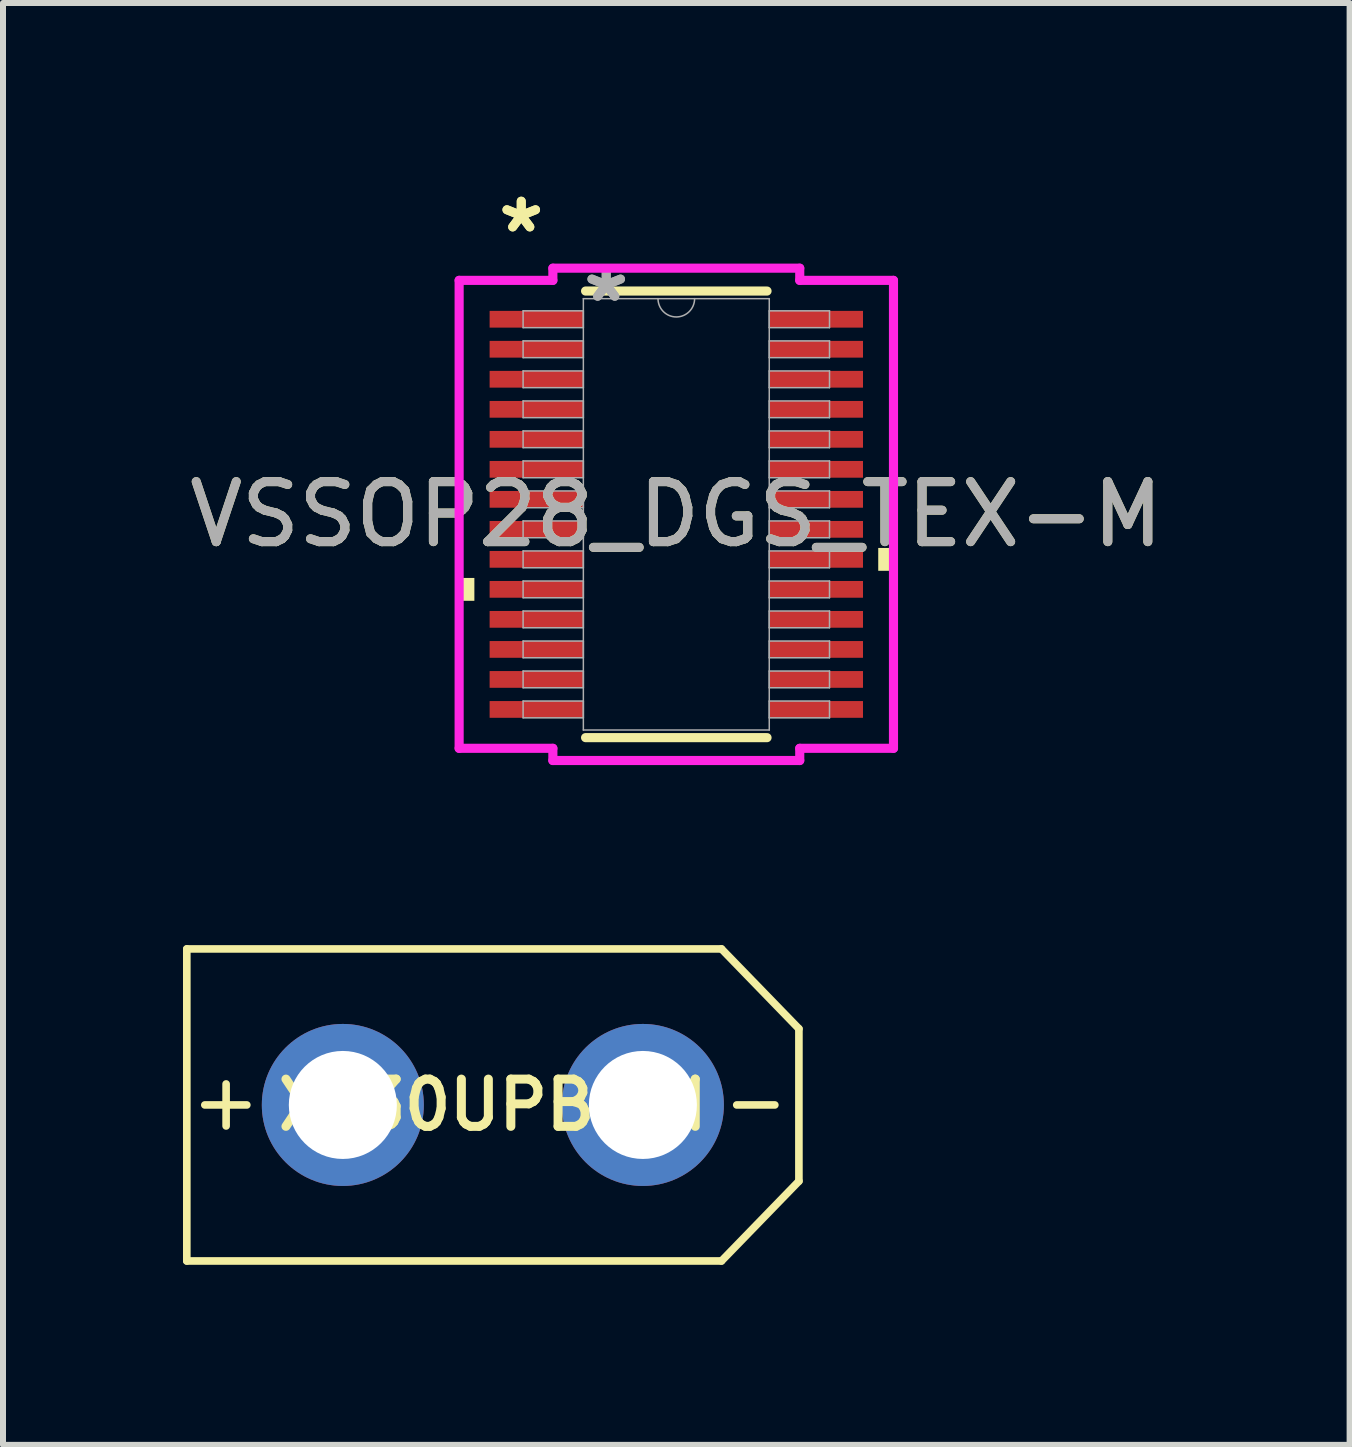
<source format=kicad_pcb>
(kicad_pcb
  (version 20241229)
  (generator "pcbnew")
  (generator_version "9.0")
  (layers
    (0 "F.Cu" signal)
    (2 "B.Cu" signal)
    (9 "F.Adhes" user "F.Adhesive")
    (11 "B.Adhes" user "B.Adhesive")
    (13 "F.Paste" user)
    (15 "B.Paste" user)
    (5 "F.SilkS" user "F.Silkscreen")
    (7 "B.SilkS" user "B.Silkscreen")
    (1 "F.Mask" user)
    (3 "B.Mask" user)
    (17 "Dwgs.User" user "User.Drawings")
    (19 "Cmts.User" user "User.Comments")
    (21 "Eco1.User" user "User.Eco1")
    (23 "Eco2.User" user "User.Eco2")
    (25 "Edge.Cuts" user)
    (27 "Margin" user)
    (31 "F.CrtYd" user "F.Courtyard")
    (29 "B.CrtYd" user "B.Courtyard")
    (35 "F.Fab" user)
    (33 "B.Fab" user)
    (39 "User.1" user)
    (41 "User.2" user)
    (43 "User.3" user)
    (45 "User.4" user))
  (footprint "XT30UPB-M"
    (layer "F.Cu")
    (at 5.163 15.363)
    (property "Reference" "XT30UPB-M" (at 0 0 0) (layer "F.SilkS") (effects (font (size 0.787 0.787) (thickness 0.15))))
    (attr through_hole)
    (fp_line (start -5.1 -2.6) (end -5.1 2.6) (stroke (width 0.127) (type solid)) (layer "F.SilkS"))
    (fp_line (start -5.1 2.6) (end 3.81 2.6) (stroke (width 0.127) (type solid)) (layer "F.SilkS"))
    (fp_line (start -4.8 0) (end -4.1 0) (stroke (width 0.127) (type solid)) (layer "F.SilkS"))
    (fp_line (start -4.445 -0.35) (end -4.445 0.35) (stroke (width 0.127) (type solid)) (layer "F.SilkS"))
    (fp_line (start 3.81 -2.6) (end -5.1 -2.6) (stroke (width 0.127) (type solid)) (layer "F.SilkS"))
    (fp_line (start 3.81 2.6) (end 5.1 1.27) (stroke (width 0.127) (type solid)) (layer "F.SilkS"))
    (fp_line (start 4.064 0) (end 4.699 0) (stroke (width 0.127) (type solid)) (layer "F.SilkS"))
    (fp_line (start 5.1 -1.27) (end 3.81 -2.6) (stroke (width 0.127) (type solid)) (layer "F.SilkS"))
    (fp_line (start 5.1 1.27) (end 5.1 -1.27) (stroke (width 0.127) (type solid)) (layer "F.SilkS"))
    (pad "P$1" thru_hole circle (at -2.5 0) (size 2.7 2.7) (drill 1.8) (layers "*.Cu" "*.Mask"))
    (pad "P$2" thru_hole circle (at 2.5 0) (size 2.7 2.7) (drill 1.8) (layers "*.Cu" "*.Mask")))
  (footprint "VSSOP28_DGS_TEX-M"
    (layer "F.Cu")
    (at 8.22 5.521)
    (property "Reference" "VSSOP28_DGS_TEX-M" (at 0 0 0) (unlocked yes) (layer "F.SilkS") (effects (font (size 1 1) (thickness 0.15))))
    (attr smd)
    (fp_line (start -1.512 3.721) (end 1.512 3.721) (stroke (width 0.152) (type solid)) (layer "F.SilkS"))
    (fp_line (start 1.512 -3.721) (end -1.512 -3.721) (stroke (width 0.152) (type solid)) (layer "F.SilkS"))
    (fp_poly (pts (xy -3.619 1.06) (xy -3.619 1.441) (xy -3.365 1.441) (xy -3.365 1.06)) (stroke (width 0) (type solid)) (fill yes) (layer "F.SilkS"))
    (fp_poly (pts (xy 3.619 0.56) (xy 3.619 0.941) (xy 3.365 0.941) (xy 3.365 0.56)) (stroke (width 0) (type solid)) (fill yes) (layer "F.SilkS"))
    (fp_line (start -3.619 -3.899) (end -2.057 -3.899) (stroke (width 0.152) (type solid)) (layer "F.CrtYd"))
    (fp_line (start -3.619 3.899) (end -3.619 -3.899) (stroke (width 0.152) (type solid)) (layer "F.CrtYd"))
    (fp_line (start -3.619 3.899) (end -2.057 3.899) (stroke (width 0.152) (type solid)) (layer "F.CrtYd"))
    (fp_line (start -2.057 -4.102) (end 2.057 -4.102) (stroke (width 0.152) (type solid)) (layer "F.CrtYd"))
    (fp_line (start -2.057 -3.899) (end -2.057 -4.102) (stroke (width 0.152) (type solid)) (layer "F.CrtYd"))
    (fp_line (start -2.057 4.102) (end -2.057 3.899) (stroke (width 0.152) (type solid)) (layer "F.CrtYd"))
    (fp_line (start 2.057 -4.102) (end 2.057 -3.899) (stroke (width 0.152) (type solid)) (layer "F.CrtYd"))
    (fp_line (start 2.057 3.899) (end 2.057 4.102) (stroke (width 0.152) (type solid)) (layer "F.CrtYd"))
    (fp_line (start 2.057 4.102) (end -2.057 4.102) (stroke (width 0.152) (type solid)) (layer "F.CrtYd"))
    (fp_line (start 3.619 -3.899) (end 2.057 -3.899) (stroke (width 0.152) (type solid)) (layer "F.CrtYd"))
    (fp_line (start 3.619 -3.899) (end 3.619 3.899) (stroke (width 0.152) (type solid)) (layer "F.CrtYd"))
    (fp_line (start 3.619 3.899) (end 2.057 3.899) (stroke (width 0.152) (type solid)) (layer "F.CrtYd"))
    (fp_line (start -2.553 -3.391) (end -2.553 -3.111) (stroke (width 0.025) (type solid)) (layer "F.Fab"))
    (fp_line (start -2.553 -3.111) (end -1.549 -3.111) (stroke (width 0.025) (type solid)) (layer "F.Fab"))
    (fp_line (start -2.553 -2.89) (end -2.553 -2.611) (stroke (width 0.025) (type solid)) (layer "F.Fab"))
    (fp_line (start -2.553 -2.611) (end -1.549 -2.611) (stroke (width 0.025) (type solid)) (layer "F.Fab"))
    (fp_line (start -2.553 -2.39) (end -2.553 -2.111) (stroke (width 0.025) (type solid)) (layer "F.Fab"))
    (fp_line (start -2.553 -2.111) (end -1.549 -2.111) (stroke (width 0.025) (type solid)) (layer "F.Fab"))
    (fp_line (start -2.553 -1.89) (end -2.553 -1.611) (stroke (width 0.025) (type solid)) (layer "F.Fab"))
    (fp_line (start -2.553 -1.611) (end -1.549 -1.611) (stroke (width 0.025) (type solid)) (layer "F.Fab"))
    (fp_line (start -2.553 -1.39) (end -2.553 -1.111) (stroke (width 0.025) (type solid)) (layer "F.Fab"))
    (fp_line (start -2.553 -1.111) (end -1.549 -1.111) (stroke (width 0.025) (type solid)) (layer "F.Fab"))
    (fp_line (start -2.553 -0.89) (end -2.553 -0.61) (stroke (width 0.025) (type solid)) (layer "F.Fab"))
    (fp_line (start -2.553 -0.61) (end -1.549 -0.61) (stroke (width 0.025) (type solid)) (layer "F.Fab"))
    (fp_line (start -2.553 -0.39) (end -2.553 -0.11) (stroke (width 0.025) (type solid)) (layer "F.Fab"))
    (fp_line (start -2.553 -0.11) (end -1.549 -0.11) (stroke (width 0.025) (type solid)) (layer "F.Fab"))
    (fp_line (start -2.553 0.11) (end -2.553 0.39) (stroke (width 0.025) (type solid)) (layer "F.Fab"))
    (fp_line (start -2.553 0.39) (end -1.549 0.39) (stroke (width 0.025) (type solid)) (layer "F.Fab"))
    (fp_line (start -2.553 0.61) (end -2.553 0.89) (stroke (width 0.025) (type solid)) (layer "F.Fab"))
    (fp_line (start -2.553 0.89) (end -1.549 0.89) (stroke (width 0.025) (type solid)) (layer "F.Fab"))
    (fp_line (start -2.553 1.111) (end -2.553 1.39) (stroke (width 0.025) (type solid)) (layer "F.Fab"))
    (fp_line (start -2.553 1.39) (end -1.549 1.39) (stroke (width 0.025) (type solid)) (layer "F.Fab"))
    (fp_line (start -2.553 1.611) (end -2.553 1.89) (stroke (width 0.025) (type solid)) (layer "F.Fab"))
    (fp_line (start -2.553 1.89) (end -1.549 1.89) (stroke (width 0.025) (type solid)) (layer "F.Fab"))
    (fp_line (start -2.553 2.111) (end -2.553 2.39) (stroke (width 0.025) (type solid)) (layer "F.Fab"))
    (fp_line (start -2.553 2.39) (end -1.549 2.39) (stroke (width 0.025) (type solid)) (layer "F.Fab"))
    (fp_line (start -2.553 2.611) (end -2.553 2.89) (stroke (width 0.025) (type solid)) (layer "F.Fab"))
    (fp_line (start -2.553 2.89) (end -1.549 2.89) (stroke (width 0.025) (type solid)) (layer "F.Fab"))
    (fp_line (start -2.553 3.111) (end -2.553 3.391) (stroke (width 0.025) (type solid)) (layer "F.Fab"))
    (fp_line (start -2.553 3.391) (end -1.549 3.391) (stroke (width 0.025) (type solid)) (layer "F.Fab"))
    (fp_line (start -1.549 -3.594) (end -1.549 3.594) (stroke (width 0.025) (type solid)) (layer "F.Fab"))
    (fp_line (start -1.549 -3.391) (end -2.553 -3.391) (stroke (width 0.025) (type solid)) (layer "F.Fab"))
    (fp_line (start -1.549 -3.111) (end -1.549 -3.391) (stroke (width 0.025) (type solid)) (layer "F.Fab"))
    (fp_line (start -1.549 -2.89) (end -2.553 -2.89) (stroke (width 0.025) (type solid)) (layer "F.Fab"))
    (fp_line (start -1.549 -2.611) (end -1.549 -2.89) (stroke (width 0.025) (type solid)) (layer "F.Fab"))
    (fp_line (start -1.549 -2.39) (end -2.553 -2.39) (stroke (width 0.025) (type solid)) (layer "F.Fab"))
    (fp_line (start -1.549 -2.111) (end -1.549 -2.39) (stroke (width 0.025) (type solid)) (layer "F.Fab"))
    (fp_line (start -1.549 -1.89) (end -2.553 -1.89) (stroke (width 0.025) (type solid)) (layer "F.Fab"))
    (fp_line (start -1.549 -1.611) (end -1.549 -1.89) (stroke (width 0.025) (type solid)) (layer "F.Fab"))
    (fp_line (start -1.549 -1.39) (end -2.553 -1.39) (stroke (width 0.025) (type solid)) (layer "F.Fab"))
    (fp_line (start -1.549 -1.111) (end -1.549 -1.39) (stroke (width 0.025) (type solid)) (layer "F.Fab"))
    (fp_line (start -1.549 -0.89) (end -2.553 -0.89) (stroke (width 0.025) (type solid)) (layer "F.Fab"))
    (fp_line (start -1.549 -0.61) (end -1.549 -0.89) (stroke (width 0.025) (type solid)) (layer "F.Fab"))
    (fp_line (start -1.549 -0.39) (end -2.553 -0.39) (stroke (width 0.025) (type solid)) (layer "F.Fab"))
    (fp_line (start -1.549 -0.11) (end -1.549 -0.39) (stroke (width 0.025) (type solid)) (layer "F.Fab"))
    (fp_line (start -1.549 0.11) (end -2.553 0.11) (stroke (width 0.025) (type solid)) (layer "F.Fab"))
    (fp_line (start -1.549 0.39) (end -1.549 0.11) (stroke (width 0.025) (type solid)) (layer "F.Fab"))
    (fp_line (start -1.549 0.61) (end -2.553 0.61) (stroke (width 0.025) (type solid)) (layer "F.Fab"))
    (fp_line (start -1.549 0.89) (end -1.549 0.61) (stroke (width 0.025) (type solid)) (layer "F.Fab"))
    (fp_line (start -1.549 1.111) (end -2.553 1.111) (stroke (width 0.025) (type solid)) (layer "F.Fab"))
    (fp_line (start -1.549 1.39) (end -1.549 1.111) (stroke (width 0.025) (type solid)) (layer "F.Fab"))
    (fp_line (start -1.549 1.611) (end -2.553 1.611) (stroke (width 0.025) (type solid)) (layer "F.Fab"))
    (fp_line (start -1.549 1.89) (end -1.549 1.611) (stroke (width 0.025) (type solid)) (layer "F.Fab"))
    (fp_line (start -1.549 2.111) (end -2.553 2.111) (stroke (width 0.025) (type solid)) (layer "F.Fab"))
    (fp_line (start -1.549 2.39) (end -1.549 2.111) (stroke (width 0.025) (type solid)) (layer "F.Fab"))
    (fp_line (start -1.549 2.611) (end -2.553 2.611) (stroke (width 0.025) (type solid)) (layer "F.Fab"))
    (fp_line (start -1.549 2.89) (end -1.549 2.611) (stroke (width 0.025) (type solid)) (layer "F.Fab"))
    (fp_line (start -1.549 3.111) (end -2.553 3.111) (stroke (width 0.025) (type solid)) (layer "F.Fab"))
    (fp_line (start -1.549 3.391) (end -1.549 3.111) (stroke (width 0.025) (type solid)) (layer "F.Fab"))
    (fp_line (start -1.549 3.594) (end 1.549 3.594) (stroke (width 0.025) (type solid)) (layer "F.Fab"))
    (fp_line (start 1.549 -3.594) (end -1.549 -3.594) (stroke (width 0.025) (type solid)) (layer "F.Fab"))
    (fp_line (start 1.549 -3.391) (end 1.549 -3.111) (stroke (width 0.025) (type solid)) (layer "F.Fab"))
    (fp_line (start 1.549 -3.111) (end 2.553 -3.111) (stroke (width 0.025) (type solid)) (layer "F.Fab"))
    (fp_line (start 1.549 -2.89) (end 1.549 -2.611) (stroke (width 0.025) (type solid)) (layer "F.Fab"))
    (fp_line (start 1.549 -2.611) (end 2.553 -2.611) (stroke (width 0.025) (type solid)) (layer "F.Fab"))
    (fp_line (start 1.549 -2.39) (end 1.549 -2.111) (stroke (width 0.025) (type solid)) (layer "F.Fab"))
    (fp_line (start 1.549 -2.111) (end 2.553 -2.111) (stroke (width 0.025) (type solid)) (layer "F.Fab"))
    (fp_line (start 1.549 -1.89) (end 1.549 -1.611) (stroke (width 0.025) (type solid)) (layer "F.Fab"))
    (fp_line (start 1.549 -1.611) (end 2.553 -1.611) (stroke (width 0.025) (type solid)) (layer "F.Fab"))
    (fp_line (start 1.549 -1.39) (end 1.549 -1.111) (stroke (width 0.025) (type solid)) (layer "F.Fab"))
    (fp_line (start 1.549 -1.111) (end 2.553 -1.111) (stroke (width 0.025) (type solid)) (layer "F.Fab"))
    (fp_line (start 1.549 -0.89) (end 1.549 -0.61) (stroke (width 0.025) (type solid)) (layer "F.Fab"))
    (fp_line (start 1.549 -0.61) (end 2.553 -0.61) (stroke (width 0.025) (type solid)) (layer "F.Fab"))
    (fp_line (start 1.549 -0.39) (end 1.549 -0.11) (stroke (width 0.025) (type solid)) (layer "F.Fab"))
    (fp_line (start 1.549 -0.11) (end 2.553 -0.11) (stroke (width 0.025) (type solid)) (layer "F.Fab"))
    (fp_line (start 1.549 0.11) (end 1.549 0.39) (stroke (width 0.025) (type solid)) (layer "F.Fab"))
    (fp_line (start 1.549 0.39) (end 2.553 0.39) (stroke (width 0.025) (type solid)) (layer "F.Fab"))
    (fp_line (start 1.549 0.61) (end 1.549 0.89) (stroke (width 0.025) (type solid)) (layer "F.Fab"))
    (fp_line (start 1.549 0.89) (end 2.553 0.89) (stroke (width 0.025) (type solid)) (layer "F.Fab"))
    (fp_line (start 1.549 1.111) (end 1.549 1.39) (stroke (width 0.025) (type solid)) (layer "F.Fab"))
    (fp_line (start 1.549 1.39) (end 2.553 1.39) (stroke (width 0.025) (type solid)) (layer "F.Fab"))
    (fp_line (start 1.549 1.611) (end 1.549 1.89) (stroke (width 0.025) (type solid)) (layer "F.Fab"))
    (fp_line (start 1.549 1.89) (end 2.553 1.89) (stroke (width 0.025) (type solid)) (layer "F.Fab"))
    (fp_line (start 1.549 2.111) (end 1.549 2.39) (stroke (width 0.025) (type solid)) (layer "F.Fab"))
    (fp_line (start 1.549 2.39) (end 2.553 2.39) (stroke (width 0.025) (type solid)) (layer "F.Fab"))
    (fp_line (start 1.549 2.611) (end 1.549 2.89) (stroke (width 0.025) (type solid)) (layer "F.Fab"))
    (fp_line (start 1.549 2.89) (end 2.553 2.89) (stroke (width 0.025) (type solid)) (layer "F.Fab"))
    (fp_line (start 1.549 3.111) (end 1.549 3.391) (stroke (width 0.025) (type solid)) (layer "F.Fab"))
    (fp_line (start 1.549 3.391) (end 2.553 3.391) (stroke (width 0.025) (type solid)) (layer "F.Fab"))
    (fp_line (start 1.549 3.594) (end 1.549 -3.594) (stroke (width 0.025) (type solid)) (layer "F.Fab"))
    (fp_line (start 2.553 -3.391) (end 1.549 -3.391) (stroke (width 0.025) (type solid)) (layer "F.Fab"))
    (fp_line (start 2.553 -3.111) (end 2.553 -3.391) (stroke (width 0.025) (type solid)) (layer "F.Fab"))
    (fp_line (start 2.553 -2.89) (end 1.549 -2.89) (stroke (width 0.025) (type solid)) (layer "F.Fab"))
    (fp_line (start 2.553 -2.611) (end 2.553 -2.89) (stroke (width 0.025) (type solid)) (layer "F.Fab"))
    (fp_line (start 2.553 -2.39) (end 1.549 -2.39) (stroke (width 0.025) (type solid)) (layer "F.Fab"))
    (fp_line (start 2.553 -2.111) (end 2.553 -2.39) (stroke (width 0.025) (type solid)) (layer "F.Fab"))
    (fp_line (start 2.553 -1.89) (end 1.549 -1.89) (stroke (width 0.025) (type solid)) (layer "F.Fab"))
    (fp_line (start 2.553 -1.611) (end 2.553 -1.89) (stroke (width 0.025) (type solid)) (layer "F.Fab"))
    (fp_line (start 2.553 -1.39) (end 1.549 -1.39) (stroke (width 0.025) (type solid)) (layer "F.Fab"))
    (fp_line (start 2.553 -1.111) (end 2.553 -1.39) (stroke (width 0.025) (type solid)) (layer "F.Fab"))
    (fp_line (start 2.553 -0.89) (end 1.549 -0.89) (stroke (width 0.025) (type solid)) (layer "F.Fab"))
    (fp_line (start 2.553 -0.61) (end 2.553 -0.89) (stroke (width 0.025) (type solid)) (layer "F.Fab"))
    (fp_line (start 2.553 -0.39) (end 1.549 -0.39) (stroke (width 0.025) (type solid)) (layer "F.Fab"))
    (fp_line (start 2.553 -0.11) (end 2.553 -0.39) (stroke (width 0.025) (type solid)) (layer "F.Fab"))
    (fp_line (start 2.553 0.11) (end 1.549 0.11) (stroke (width 0.025) (type solid)) (layer "F.Fab"))
    (fp_line (start 2.553 0.39) (end 2.553 0.11) (stroke (width 0.025) (type solid)) (layer "F.Fab"))
    (fp_line (start 2.553 0.61) (end 1.549 0.61) (stroke (width 0.025) (type solid)) (layer "F.Fab"))
    (fp_line (start 2.553 0.89) (end 2.553 0.61) (stroke (width 0.025) (type solid)) (layer "F.Fab"))
    (fp_line (start 2.553 1.111) (end 1.549 1.111) (stroke (width 0.025) (type solid)) (layer "F.Fab"))
    (fp_line (start 2.553 1.39) (end 2.553 1.111) (stroke (width 0.025) (type solid)) (layer "F.Fab"))
    (fp_line (start 2.553 1.611) (end 1.549 1.611) (stroke (width 0.025) (type solid)) (layer "F.Fab"))
    (fp_line (start 2.553 1.89) (end 2.553 1.611) (stroke (width 0.025) (type solid)) (layer "F.Fab"))
    (fp_line (start 2.553 2.111) (end 1.549 2.111) (stroke (width 0.025) (type solid)) (layer "F.Fab"))
    (fp_line (start 2.553 2.39) (end 2.553 2.111) (stroke (width 0.025) (type solid)) (layer "F.Fab"))
    (fp_line (start 2.553 2.611) (end 1.549 2.611) (stroke (width 0.025) (type solid)) (layer "F.Fab"))
    (fp_line (start 2.553 2.89) (end 2.553 2.611) (stroke (width 0.025) (type solid)) (layer "F.Fab"))
    (fp_line (start 2.553 3.111) (end 1.549 3.111) (stroke (width 0.025) (type solid)) (layer "F.Fab"))
    (fp_line (start 2.553 3.391) (end 2.553 3.111) (stroke (width 0.025) (type solid)) (layer "F.Fab"))
    (fp_arc (start 0.3048 -3.5941) (mid 0 -3.2893) (end -0.3048 -3.5941) (stroke (width 0.0254) (type solid)) (layer "F.Fab"))
    (fp_text user "*" (at -2.584 -4.673 0) (layer "F.SilkS") (effects (font (size 1 1) (thickness 0.15))))
    (fp_text user "*" (at -2.584 -4.673 0) (unlocked yes) (layer "F.SilkS") (effects (font (size 1 1) (thickness 0.15))))
    (fp_text user "${REFERENCE}" (at 0 0 0) (unlocked yes) (layer "F.Fab") (effects (font (size 1 1) (thickness 0.15))))
    (fp_text user "*" (at -1.168 -3.518 0) (layer "F.Fab") (effects (font (size 1 1) (thickness 0.15))))
    (fp_text user "*" (at -1.168 -3.518 0) (unlocked yes) (layer "F.Fab") (effects (font (size 1 1) (thickness 0.15))))
    (pad "1" smd rect (at -2.33 -3.251) (size 1.562 0.279) (layers "F.Cu" "F.Mask" "F.Paste"))
    (pad "2" smd rect (at -2.33 -2.751) (size 1.562 0.279) (layers "F.Cu" "F.Mask" "F.Paste"))
    (pad "3" smd rect (at -2.33 -2.251) (size 1.562 0.279) (layers "F.Cu" "F.Mask" "F.Paste"))
    (pad "4" smd rect (at -2.33 -1.75) (size 1.562 0.279) (layers "F.Cu" "F.Mask" "F.Paste"))
    (pad "5" smd rect (at -2.33 -1.25) (size 1.562 0.279) (layers "F.Cu" "F.Mask" "F.Paste"))
    (pad "6" smd rect (at -2.33 -0.75) (size 1.562 0.279) (layers "F.Cu" "F.Mask" "F.Paste"))
    (pad "7" smd rect (at -2.33 -0.25) (size 1.562 0.279) (layers "F.Cu" "F.Mask" "F.Paste"))
    (pad "8" smd rect (at -2.33 0.25) (size 1.562 0.279) (layers "F.Cu" "F.Mask" "F.Paste"))
    (pad "9" smd rect (at -2.33 0.75) (size 1.562 0.279) (layers "F.Cu" "F.Mask" "F.Paste"))
    (pad "10" smd rect (at -2.33 1.25) (size 1.562 0.279) (layers "F.Cu" "F.Mask" "F.Paste"))
    (pad "11" smd rect (at -2.33 1.75) (size 1.562 0.279) (layers "F.Cu" "F.Mask" "F.Paste"))
    (pad "12" smd rect (at -2.33 2.251) (size 1.562 0.279) (layers "F.Cu" "F.Mask" "F.Paste"))
    (pad "13" smd rect (at -2.33 2.751) (size 1.562 0.279) (layers "F.Cu" "F.Mask" "F.Paste"))
    (pad "14" smd rect (at -2.33 3.251) (size 1.562 0.279) (layers "F.Cu" "F.Mask" "F.Paste"))
    (pad "15" smd rect (at 2.33 3.251) (size 1.562 0.279) (layers "F.Cu" "F.Mask" "F.Paste"))
    (pad "16" smd rect (at 2.33 2.751) (size 1.562 0.279) (layers "F.Cu" "F.Mask" "F.Paste"))
    (pad "17" smd rect (at 2.33 2.251) (size 1.562 0.279) (layers "F.Cu" "F.Mask" "F.Paste"))
    (pad "18" smd rect (at 2.33 1.75) (size 1.562 0.279) (layers "F.Cu" "F.Mask" "F.Paste"))
    (pad "19" smd rect (at 2.33 1.25) (size 1.562 0.279) (layers "F.Cu" "F.Mask" "F.Paste"))
    (pad "20" smd rect (at 2.33 0.75) (size 1.562 0.279) (layers "F.Cu" "F.Mask" "F.Paste"))
    (pad "21" smd rect (at 2.33 0.25) (size 1.562 0.279) (layers "F.Cu" "F.Mask" "F.Paste"))
    (pad "22" smd rect (at 2.33 -0.25) (size 1.562 0.279) (layers "F.Cu" "F.Mask" "F.Paste"))
    (pad "23" smd rect (at 2.33 -0.75) (size 1.562 0.279) (layers "F.Cu" "F.Mask" "F.Paste"))
    (pad "24" smd rect (at 2.33 -1.25) (size 1.562 0.279) (layers "F.Cu" "F.Mask" "F.Paste"))
    (pad "25" smd rect (at 2.33 -1.75) (size 1.562 0.279) (layers "F.Cu" "F.Mask" "F.Paste"))
    (pad "26" smd rect (at 2.33 -2.251) (size 1.562 0.279) (layers "F.Cu" "F.Mask" "F.Paste"))
    (pad "27" smd rect (at 2.33 -2.751) (size 1.562 0.279) (layers "F.Cu" "F.Mask" "F.Paste"))
    (pad "28" smd rect (at 2.33 -3.251) (size 1.562 0.279) (layers "F.Cu" "F.Mask" "F.Paste")))
  (gr_rect
    (start -3 -3)
    (end 19.44 21.027)
    (stroke (width 0.1) (type default))
    (fill no)
    (layer "Edge.Cuts")))
</source>
